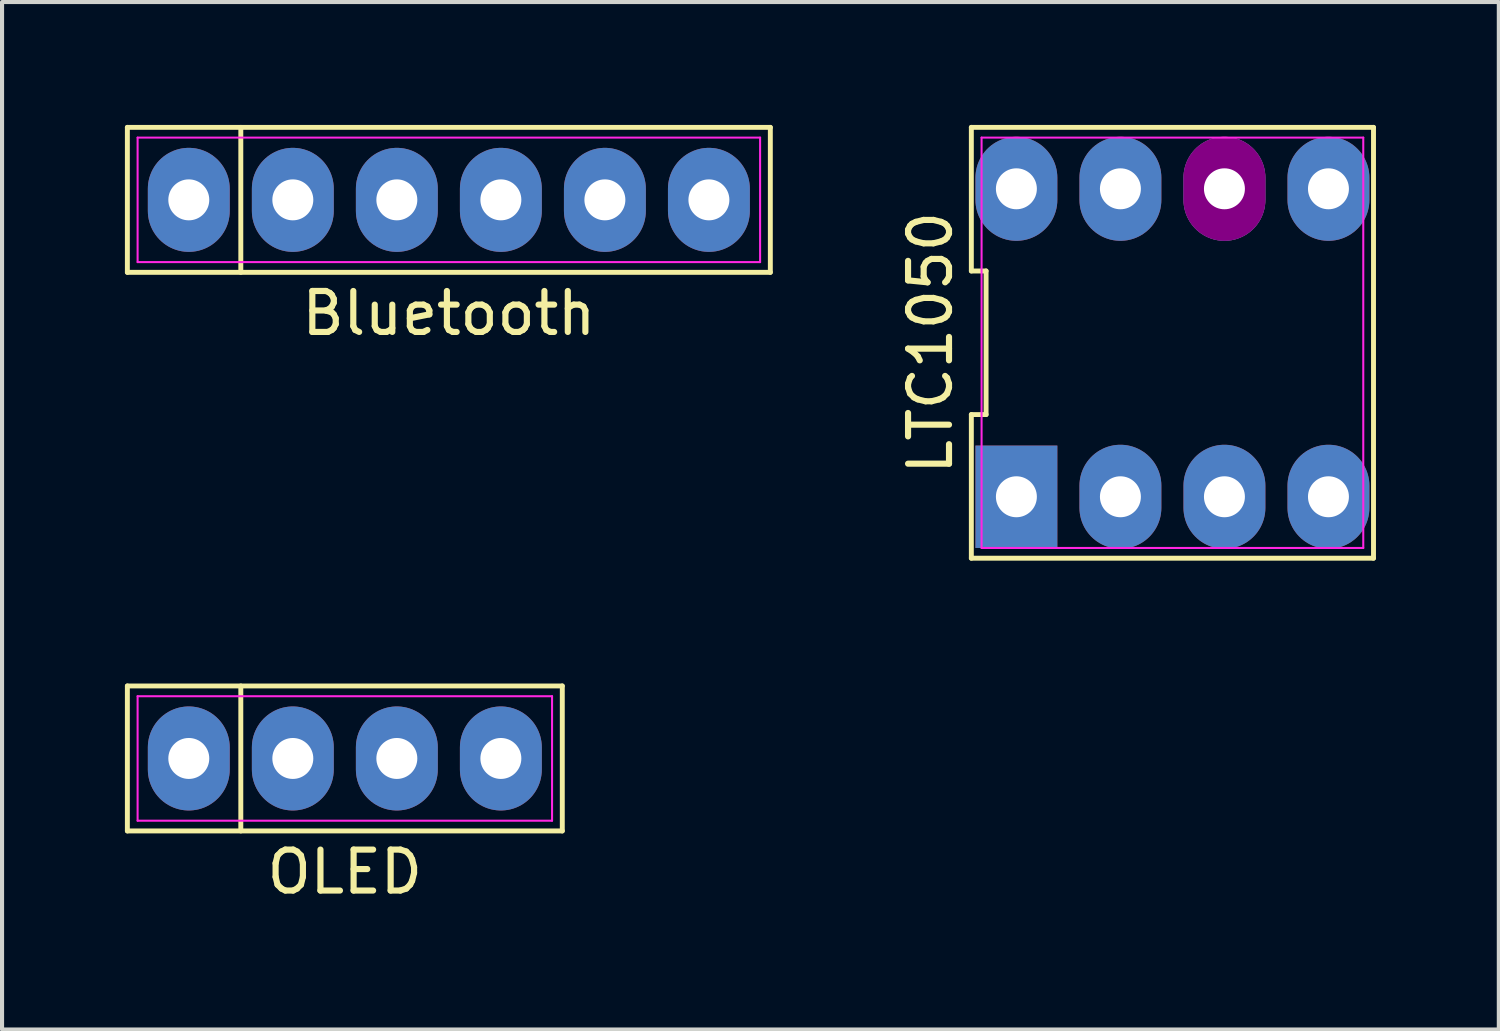
<source format=kicad_pcb>
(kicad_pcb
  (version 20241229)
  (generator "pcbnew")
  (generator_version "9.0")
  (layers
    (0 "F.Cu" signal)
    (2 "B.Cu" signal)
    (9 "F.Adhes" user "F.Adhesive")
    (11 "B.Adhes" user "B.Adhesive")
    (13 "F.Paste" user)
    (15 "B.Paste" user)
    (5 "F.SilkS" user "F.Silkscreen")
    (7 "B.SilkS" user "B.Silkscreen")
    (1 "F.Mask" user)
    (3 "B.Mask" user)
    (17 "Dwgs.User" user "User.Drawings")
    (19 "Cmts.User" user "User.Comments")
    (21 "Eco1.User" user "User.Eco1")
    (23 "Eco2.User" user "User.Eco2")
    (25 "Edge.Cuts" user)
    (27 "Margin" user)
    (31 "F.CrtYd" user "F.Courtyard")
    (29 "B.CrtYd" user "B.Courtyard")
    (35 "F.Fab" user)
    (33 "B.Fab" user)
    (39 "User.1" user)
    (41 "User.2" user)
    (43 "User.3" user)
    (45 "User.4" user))
  (footprint "OLED"
    (layer "F.Cu")
    (at 5.37 15.47)
    (property "Reference" "OLED" (at 0 2.77 0) (layer "F.SilkS") (effects (font (size 1 1) (thickness 0.15))))
    (fp_line (start -5.31 -1.77) (end 5.31 -1.77) (stroke (width 0.12) (type solid)) (layer "F.SilkS"))
    (fp_line (start -5.31 1.77) (end -5.31 -1.77) (stroke (width 0.12) (type solid)) (layer "F.SilkS"))
    (fp_line (start -2.54 -1.77) (end -2.54 1.77) (stroke (width 0.12) (type solid)) (layer "F.SilkS"))
    (fp_line (start 5.31 -1.77) (end 5.31 1.77) (stroke (width 0.12) (type solid)) (layer "F.SilkS"))
    (fp_line (start 5.31 1.77) (end -5.31 1.77) (stroke (width 0.12) (type solid)) (layer "F.SilkS"))
    (fp_line (start -5.06 -1.52) (end 5.06 -1.52) (stroke (width 0.05) (type solid)) (layer "F.CrtYd"))
    (fp_line (start -5.06 1.52) (end -5.06 -1.52) (stroke (width 0.05) (type solid)) (layer "F.CrtYd"))
    (fp_line (start 5.06 -1.52) (end 5.06 1.52) (stroke (width 0.05) (type solid)) (layer "F.CrtYd"))
    (fp_line (start 5.06 1.52) (end -5.06 1.52) (stroke (width 0.05) (type solid)) (layer "F.CrtYd"))
    (pad "1" thru_hole oval (at -3.81 0) (size 2 2.54) (drill 1) (layers "*.Cu" "*.Mask"))
    (pad "2" thru_hole oval (at -1.27 0) (size 2 2.54) (drill 1) (layers "*.Cu" "*.Mask"))
    (pad "3" thru_hole oval (at 1.27 0) (size 2 2.54) (drill 1) (layers "*.Cu" "*.Mask"))
    (pad "4" thru_hole oval (at 3.81 0) (size 2 2.54) (drill 1) (layers "*.Cu" "*.Mask")))
  (footprint "LTC1050"
    (layer "F.Cu")
    (at 25.578 5.32)
    (property "Reference" "LTC1050" (at -5.91 0 90) (layer "F.SilkS") (effects (font (size 1 1) (thickness 0.15))))
    (fp_line (start -4.91 -5.26) (end -4.91 -1.753) (stroke (width 0.12) (type solid)) (layer "F.SilkS"))
    (fp_line (start -4.91 -1.753) (end -4.55 -1.753) (stroke (width 0.12) (type solid)) (layer "F.SilkS"))
    (fp_line (start -4.91 1.753) (end -4.91 5.26) (stroke (width 0.12) (type solid)) (layer "F.SilkS"))
    (fp_line (start -4.91 5.26) (end 4.91 5.26) (stroke (width 0.12) (type solid)) (layer "F.SilkS"))
    (fp_line (start -4.55 -1.753) (end -4.55 1.753) (stroke (width 0.12) (type solid)) (layer "F.SilkS"))
    (fp_line (start -4.55 1.753) (end -4.91 1.753) (stroke (width 0.12) (type solid)) (layer "F.SilkS"))
    (fp_line (start 4.91 -5.26) (end -4.91 -5.26) (stroke (width 0.12) (type solid)) (layer "F.SilkS"))
    (fp_line (start 4.91 5.26) (end 4.91 -5.26) (stroke (width 0.12) (type solid)) (layer "F.SilkS"))
    (fp_line (start -4.66 -5.01) (end 4.66 -5.01) (stroke (width 0.05) (type solid)) (layer "F.CrtYd"))
    (fp_line (start -4.66 5.01) (end -4.66 -5.01) (stroke (width 0.05) (type solid)) (layer "F.CrtYd"))
    (fp_line (start 4.66 -5.01) (end 4.66 5.01) (stroke (width 0.05) (type solid)) (layer "F.CrtYd"))
    (fp_line (start 4.66 5.01) (end -4.66 5.01) (stroke (width 0.05) (type solid)) (layer "F.CrtYd"))
    (pad "1" thru_hole rect (at -3.81 3.76) (size 2 2.5) (drill 1) (layers "*.Cu" "*.Mask"))
    (pad "2" thru_hole oval (at -1.27 3.76) (size 2 2.54) (drill 1) (layers "*.Cu" "*.Mask"))
    (pad "3" thru_hole oval (at 1.27 3.76) (size 2 2.54) (drill 1) (layers "*.Cu" "*.Mask"))
    (pad "4" thru_hole oval (at 3.81 3.76) (size 2 2.54) (drill 1) (layers "*.Cu" "*.Mask"))
    (pad "5" thru_hole oval (at 3.81 -3.76) (size 2 2.54) (drill 1) (layers "*.Cu" "*.Mask"))
    (pad "6" thru_hole oval (at 1.27 -3.76) (size 2 2.54) (drill 1) (layers "*.Cu" "*.Mask" "F.Adhes"))
    (pad "7" thru_hole oval (at -1.27 -3.76) (size 2 2.54) (drill 1) (layers "*.Cu" "*.Mask"))
    (pad "8" thru_hole oval (at -3.81 -3.76) (size 2 2.54) (drill 1) (layers "*.Cu" "*.Mask")))
  (footprint "Bluetooth"
    (layer "F.Cu")
    (at 7.91 1.83)
    (property "Reference" "Bluetooth" (at 0 2.77 0) (layer "F.SilkS") (effects (font (size 1 1) (thickness 0.15))))
    (fp_line (start -7.85 -1.77) (end 7.85 -1.77) (stroke (width 0.12) (type solid)) (layer "F.SilkS"))
    (fp_line (start -7.85 1.77) (end -7.85 -1.77) (stroke (width 0.12) (type solid)) (layer "F.SilkS"))
    (fp_line (start -5.08 -1.77) (end -5.08 1.77) (stroke (width 0.12) (type solid)) (layer "F.SilkS"))
    (fp_line (start 7.85 -1.77) (end 7.85 1.77) (stroke (width 0.12) (type solid)) (layer "F.SilkS"))
    (fp_line (start 7.85 1.77) (end -7.85 1.77) (stroke (width 0.12) (type solid)) (layer "F.SilkS"))
    (fp_line (start -7.6 -1.52) (end 7.6 -1.52) (stroke (width 0.05) (type solid)) (layer "F.CrtYd"))
    (fp_line (start -7.6 1.52) (end -7.6 -1.52) (stroke (width 0.05) (type solid)) (layer "F.CrtYd"))
    (fp_line (start 7.6 -1.52) (end 7.6 1.52) (stroke (width 0.05) (type solid)) (layer "F.CrtYd"))
    (fp_line (start 7.6 1.52) (end -7.6 1.52) (stroke (width 0.05) (type solid)) (layer "F.CrtYd"))
    (pad "1" thru_hole oval (at -6.35 0) (size 2 2.54) (drill 1) (layers "*.Cu" "*.Mask"))
    (pad "2" thru_hole oval (at -3.81 0) (size 2 2.54) (drill 1) (layers "*.Cu" "*.Mask"))
    (pad "3" thru_hole oval (at -1.27 0) (size 2 2.54) (drill 1) (layers "*.Cu" "*.Mask"))
    (pad "4" thru_hole oval (at 1.27 0) (size 2 2.54) (drill 1) (layers "*.Cu" "*.Mask"))
    (pad "5" thru_hole oval (at 3.81 0) (size 2 2.54) (drill 1) (layers "*.Cu" "*.Mask"))
    (pad "6" thru_hole oval (at 6.35 0) (size 2 2.54) (drill 1) (layers "*.Cu" "*.Mask")))
  (gr_rect
    (start -3 -3)
    (end 33.548 22.088)
    (stroke (width 0.1) (type default))
    (fill no)
    (layer "Edge.Cuts")))
</source>
